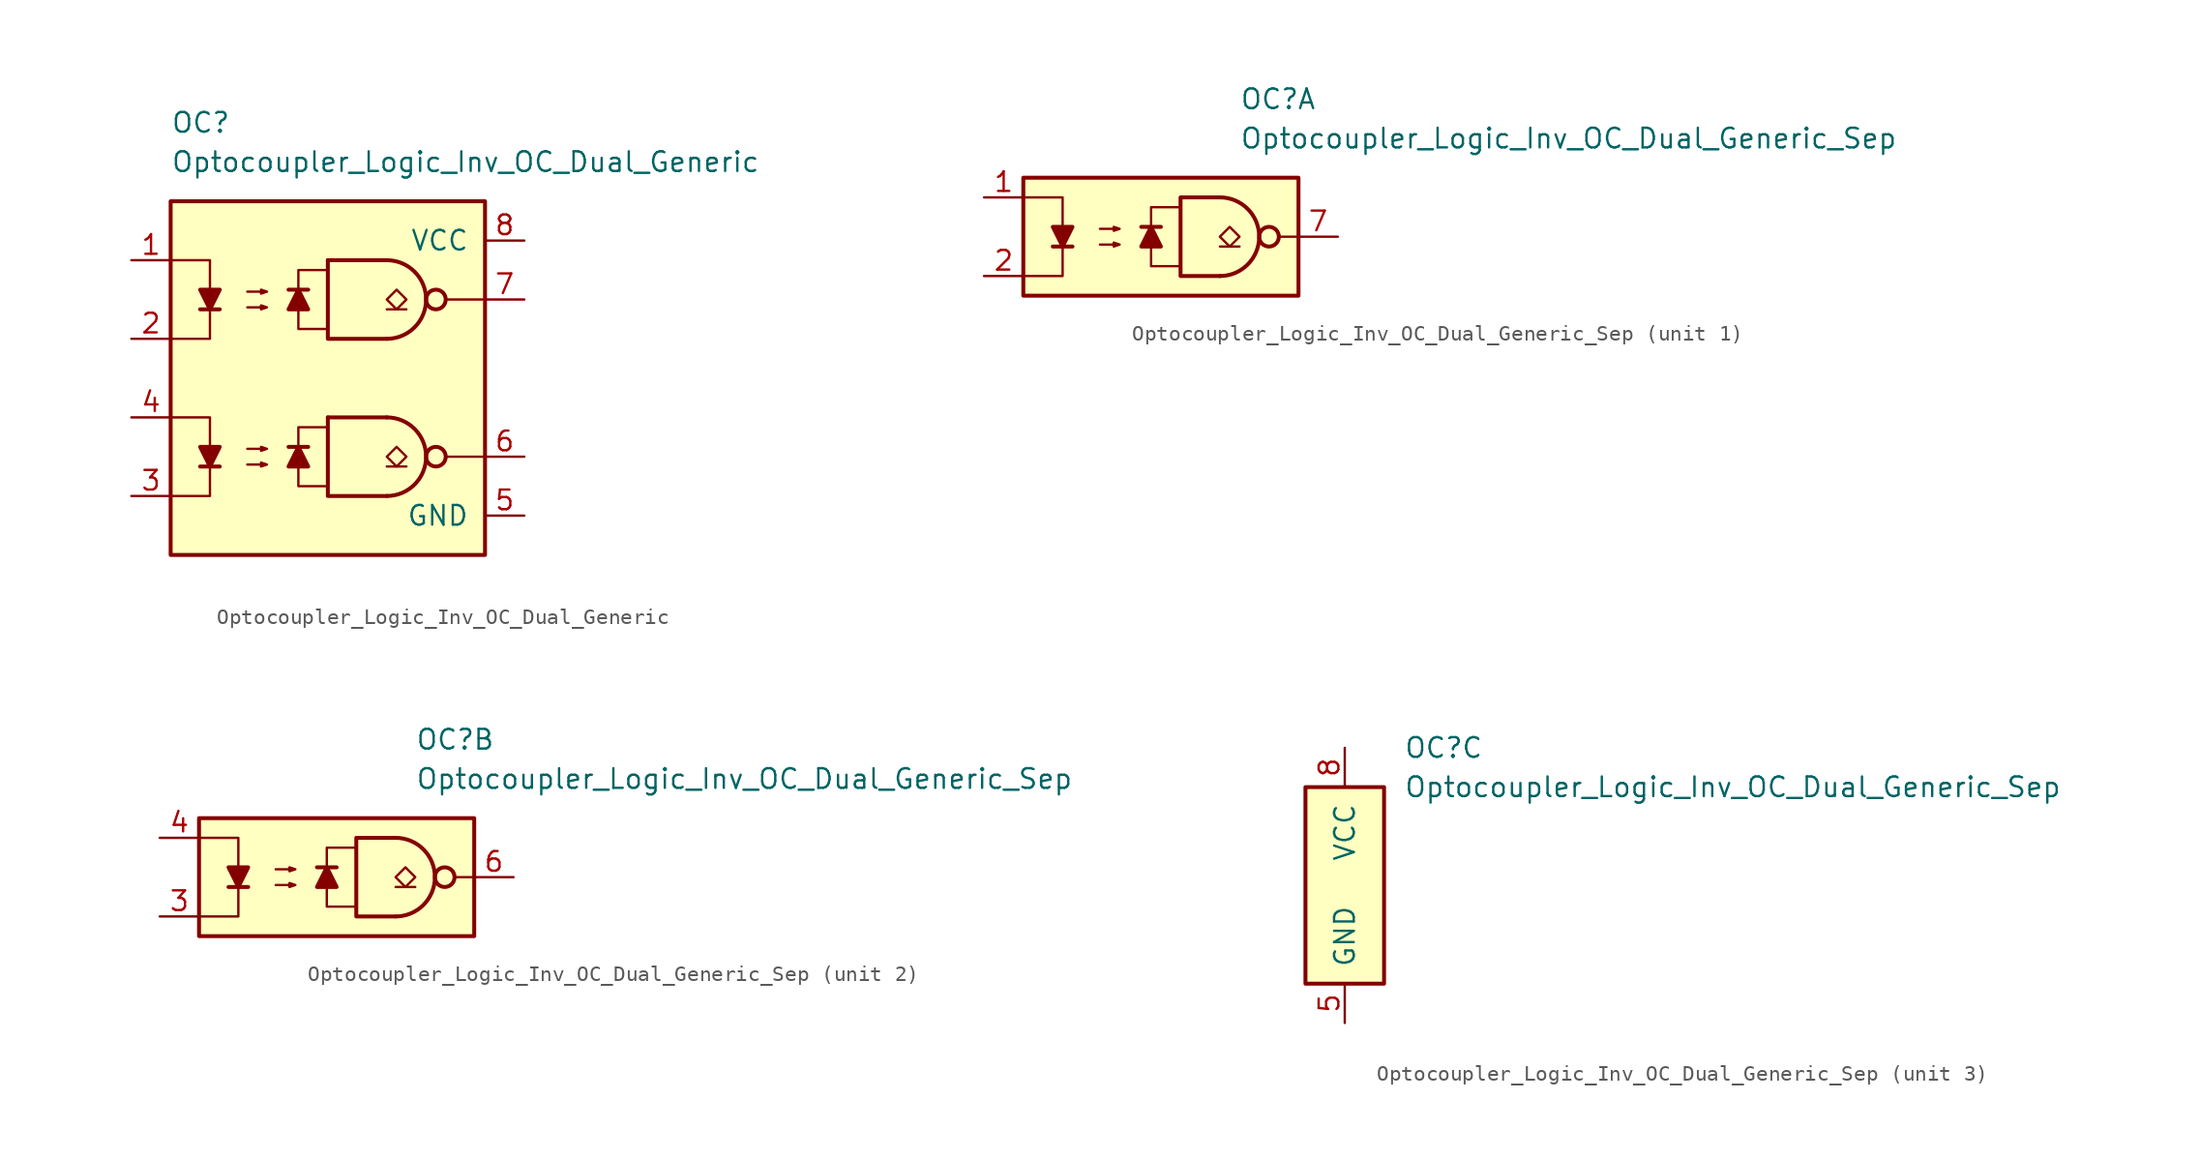
<source format=kicad_sym>
(kicad_symbol_lib
  (version 20211014)
  (generator kicad_symbol_editor)
  (symbol "Optocoupler_Logic_Inv_OC_Dual_Generic"
    (pin_names
      (offset 1.016))
    (property "Reference" "OC"
      (at -10.16 16.51 0)
      (effects (font (size 1.27 1.27)) (justify left)))
    (property "Value" "Optocoupler_Logic_Inv_OC_Dual_Generic"
      (at -10.16 13.97 0)
      (effects (font (size 1.27 1.27)) (justify left)))
    (symbol "Optocoupler_Logic_Inv_OC_Dual_Generic_0_0"
      (rectangle (start -10.16 11.43) (end 10.16 -11.43) (stroke (width 0.254) (type default) (color 0 0 0 0)) (fill (type background)))
      (polyline (pts (xy 10.16 -5.08) (xy 7.62 -5.08)) (stroke (width 0) (type default) (color 0 0 0 0)) (fill (type none))))
    (symbol "Optocoupler_Logic_Inv_OC_Dual_Generic_0_1"
      (polyline (pts (xy -8.255 -5.715) (xy -6.985 -5.715)) (stroke (width 0.254) (type default) (color 0 0 0 0)) (fill (type none)))
      (polyline (pts (xy 0 -2.54) (xy 3.81 -2.54)) (stroke (width 0.254) (type default) (color 0 0 0 0)) (fill (type none)))
      (polyline (pts (xy 5.08 -5.715) (xy 3.81 -5.715)) (stroke (width 0.152) (type default) (color 0 0 0 0)) (fill (type none)))
      (polyline (pts (xy 5.08 4.445) (xy 3.81 4.445)) (stroke (width 0.152) (type default) (color 0 0 0 0)) (fill (type none)))
      (polyline (pts (xy -10.16 -2.54) (xy -7.62 -2.54) (xy -7.62 -5.715)) (stroke (width 0) (type default) (color 0 0 0 0)) (fill (type none)))
      (polyline (pts (xy -7.62 -5.715) (xy -7.62 -7.62) (xy -10.16 -7.62)) (stroke (width 0) (type default) (color 0 0 0 0)) (fill (type none)))
      (polyline (pts (xy 0 -2.54) (xy 0 -7.62) (xy 3.81 -7.62)) (stroke (width 0.254) (type default) (color 0 0 0 0)) (fill (type none)))
      (polyline (pts (xy -7.62 -5.715) (xy -8.255 -4.445) (xy -6.985 -4.445) (xy -7.62 -5.715)) (stroke (width 0.254) (type default) (color 0 0 0 0)) (fill (type outline)))
      (polyline (pts (xy -5.207 -5.588) (xy -3.937 -5.588) (xy -4.318 -5.715) (xy -4.318 -5.461) (xy -3.937 -5.588)) (stroke (width 0) (type default) (color 0 0 0 0)) (fill (type none)))
      (polyline (pts (xy -5.207 -4.572) (xy -3.937 -4.572) (xy -4.318 -4.699) (xy -4.318 -4.445) (xy -3.937 -4.572)) (stroke (width 0) (type default) (color 0 0 0 0)) (fill (type none)))
      (polyline (pts (xy 4.445 -5.715) (xy 3.81 -5.08) (xy 4.445 -4.445) (xy 5.08 -5.08) (xy 4.445 -5.715)) (stroke (width 0.152) (type default) (color 0 0 0 0)) (fill (type none)))
      (polyline (pts (xy 4.445 4.445) (xy 3.81 5.08) (xy 4.445 5.715) (xy 5.08 5.08) (xy 4.445 4.445)) (stroke (width 0.152) (type default) (color 0 0 0 0)) (fill (type none)))
      (arc (start 3.81 -7.62) (mid 6.35 -5.08) (end 3.81 -2.54) (stroke (width 0.254) (type default) (color 0 0 0 0)) (fill (type none)))
      (circle (center 6.985 -5.08) (radius 0.635) (stroke (width 0.254) (type default) (color 0 0 0 0)) (fill (type none))))
    (symbol "Optocoupler_Logic_Inv_OC_Dual_Generic_1_1"
      (polyline (pts (xy -8.255 4.445) (xy -6.985 4.445)) (stroke (width 0.254) (type default) (color 0 0 0 0)) (fill (type none)))
      (polyline (pts (xy -1.27 -4.445) (xy -2.54 -4.445)) (stroke (width 0.254) (type default) (color 0 0 0 0)) (fill (type none)))
      (polyline (pts (xy -1.27 5.715) (xy -2.54 5.715)) (stroke (width 0.254) (type default) (color 0 0 0 0)) (fill (type none)))
      (polyline (pts (xy 0 7.62) (xy 3.81 7.62)) (stroke (width 0.254) (type default) (color 0 0 0 0)) (fill (type none)))
      (polyline (pts (xy 10.16 5.08) (xy 7.62 5.08)) (stroke (width 0) (type default) (color 0 0 0 0)) (fill (type none)))
      (polyline (pts (xy -10.16 7.62) (xy -7.62 7.62) (xy -7.62 4.445)) (stroke (width 0) (type default) (color 0 0 0 0)) (fill (type none)))
      (polyline (pts (xy -7.62 4.445) (xy -7.62 2.54) (xy -10.16 2.54)) (stroke (width 0) (type default) (color 0 0 0 0)) (fill (type none)))
      (polyline (pts (xy 0 7.62) (xy 0 2.54) (xy 3.81 2.54)) (stroke (width 0.254) (type default) (color 0 0 0 0)) (fill (type none)))
      (polyline (pts (xy -7.62 4.445) (xy -8.255 5.715) (xy -6.985 5.715) (xy -7.62 4.445)) (stroke (width 0.254) (type default) (color 0 0 0 0)) (fill (type outline)))
      (polyline (pts (xy -1.905 -4.445) (xy -1.27 -5.715) (xy -2.54 -5.715) (xy -1.905 -4.445)) (stroke (width 0.254) (type default) (color 0 0 0 0)) (fill (type outline)))
      (polyline (pts (xy -1.905 5.715) (xy -1.27 4.445) (xy -2.54 4.445) (xy -1.905 5.715)) (stroke (width 0.254) (type default) (color 0 0 0 0)) (fill (type outline)))
      (polyline (pts (xy 0 -6.985) (xy -1.905 -6.985) (xy -1.905 -3.175) (xy 0 -3.175)) (stroke (width 0.152) (type default) (color 0 0 0 0)) (fill (type none)))
      (polyline (pts (xy 0 3.175) (xy -1.905 3.175) (xy -1.905 6.985) (xy 0 6.985)) (stroke (width 0.152) (type default) (color 0 0 0 0)) (fill (type none)))
      (polyline (pts (xy -5.207 4.572) (xy -3.937 4.572) (xy -4.318 4.445) (xy -4.318 4.699) (xy -3.937 4.572)) (stroke (width 0) (type default) (color 0 0 0 0)) (fill (type none)))
      (polyline (pts (xy -5.207 5.588) (xy -3.937 5.588) (xy -4.318 5.461) (xy -4.318 5.715) (xy -3.937 5.588)) (stroke (width 0) (type default) (color 0 0 0 0)) (fill (type none)))
      (arc (start 3.81 2.54) (mid 6.35 5.08) (end 3.81 7.62) (stroke (width 0.254) (type default) (color 0 0 0 0)) (fill (type none)))
      (circle (center 6.985 5.08) (radius 0.635) (stroke (width 0.254) (type default) (color 0 0 0 0)) (fill (type none)))
      (pin passive line (at -12.7 7.62 0) (length 2.54) (name "~" (effects (font (size 1.27 1.27)))) (number "1" (effects (font (size 1.27 1.27)))))
      (pin passive line (at -12.7 2.54 0) (length 2.54) (name "~" (effects (font (size 1.27 1.27)))) (number "2" (effects (font (size 1.27 1.27)))))
      (pin passive line (at -12.7 -7.62 0) (length 2.54) (name "~" (effects (font (size 1.27 1.27)))) (number "3" (effects (font (size 1.27 1.27)))))
      (pin passive line (at -12.7 -2.54 0) (length 2.54) (name "~" (effects (font (size 1.27 1.27)))) (number "4" (effects (font (size 1.27 1.27)))))
      (pin power_in line (at 12.7 -8.89 180) (length 2.54) (name "GND" (effects (font (size 1.27 1.27)))) (number "5" (effects (font (size 1.27 1.27)))))
      (pin open_collector line (at 12.7 -5.08 180) (length 2.54) (name "~" (effects (font (size 1.27 1.27)))) (number "6" (effects (font (size 1.27 1.27)))))
      (pin open_collector line (at 12.7 5.08 180) (length 2.54) (name "~" (effects (font (size 1.27 1.27)))) (number "7" (effects (font (size 1.27 1.27)))))
      (pin power_in line (at 12.7 8.89 180) (length 2.54) (name "VCC" (effects (font (size 1.27 1.27)))) (number "8" (effects (font (size 1.27 1.27)))))))
  (symbol "Optocoupler_Logic_Inv_OC_Dual_Generic_Sep"
    (pin_names
      (offset 1.016))
    (property "Reference" "OC"
      (at 3.81 8.89 0)
      (effects (font (size 1.27 1.27)) (justify left)))
    (property "Value" "Optocoupler_Logic_Inv_OC_Dual_Generic_Sep"
      (at 3.81 6.35 0)
      (effects (font (size 1.27 1.27)) (justify left)))
    (property "ki_locked" ""
      (at 0 0 0)
      (effects (font (size 1.27 1.27))))
    (symbol "Optocoupler_Logic_Inv_OC_Dual_Generic_Sep_1_0"
      (rectangle (start -10.16 3.81) (end 7.62 -3.81) (stroke (width 0.254) (type default) (color 0 0 0 0)) (fill (type background)))
      (polyline (pts (xy 7.62 0) (xy 6.35 0)) (stroke (width 0) (type default) (color 0 0 0 0)) (fill (type none)))
      (polyline (pts (xy 2.54 -2.54) (xy 0 -2.54) (xy 0 2.54) (xy 2.54 2.54)) (stroke (width 0.254) (type default) (color 0 0 0 0)) (fill (type none))))
    (symbol "Optocoupler_Logic_Inv_OC_Dual_Generic_Sep_1_1"
      (polyline (pts (xy -8.255 -0.635) (xy -6.985 -0.635)) (stroke (width 0.254) (type default) (color 0 0 0 0)) (fill (type none)))
      (polyline (pts (xy -1.27 0.635) (xy -2.54 0.635)) (stroke (width 0.254) (type default) (color 0 0 0 0)) (fill (type none)))
      (polyline (pts (xy 3.81 -0.635) (xy 2.54 -0.635)) (stroke (width 0.152) (type default) (color 0 0 0 0)) (fill (type none)))
      (polyline (pts (xy -10.16 2.54) (xy -7.62 2.54) (xy -7.62 -0.635)) (stroke (width 0) (type default) (color 0 0 0 0)) (fill (type none)))
      (polyline (pts (xy -7.62 -0.635) (xy -7.62 -2.54) (xy -10.16 -2.54)) (stroke (width 0) (type default) (color 0 0 0 0)) (fill (type none)))
      (polyline (pts (xy -7.62 -0.635) (xy -8.255 0.635) (xy -6.985 0.635) (xy -7.62 -0.635)) (stroke (width 0.254) (type default) (color 0 0 0 0)) (fill (type outline)))
      (polyline (pts (xy -1.905 0.635) (xy -1.27 -0.635) (xy -2.54 -0.635) (xy -1.905 0.635)) (stroke (width 0.254) (type default) (color 0 0 0 0)) (fill (type outline)))
      (polyline (pts (xy 0 -1.905) (xy -1.905 -1.905) (xy -1.905 1.905) (xy 0 1.905)) (stroke (width 0.152) (type default) (color 0 0 0 0)) (fill (type none)))
      (polyline (pts (xy -5.207 -0.508) (xy -3.937 -0.508) (xy -4.318 -0.635) (xy -4.318 -0.381) (xy -3.937 -0.508)) (stroke (width 0) (type default) (color 0 0 0 0)) (fill (type none)))
      (polyline (pts (xy -5.207 0.508) (xy -3.937 0.508) (xy -4.318 0.381) (xy -4.318 0.635) (xy -3.937 0.508)) (stroke (width 0) (type default) (color 0 0 0 0)) (fill (type none)))
      (polyline (pts (xy 3.175 -0.635) (xy 2.54 0) (xy 3.175 0.635) (xy 3.81 0) (xy 3.175 -0.635)) (stroke (width 0.152) (type default) (color 0 0 0 0)) (fill (type none)))
      (arc (start 2.54 -2.54) (mid 5.08 0) (end 2.54 2.54) (stroke (width 0.254) (type default) (color 0 0 0 0)) (fill (type none)))
      (circle (center 5.715 0) (radius 0.635) (stroke (width 0.254) (type default) (color 0 0 0 0)) (fill (type none)))
      (pin passive line (at -12.7 2.54 0) (length 2.54) (name "~" (effects (font (size 1.27 1.27)))) (number "1" (effects (font (size 1.27 1.27)))))
      (pin passive line (at -12.7 -2.54 0) (length 2.54) (name "~" (effects (font (size 1.27 1.27)))) (number "2" (effects (font (size 1.27 1.27)))))
      (pin open_collector line (at 10.16 0 180) (length 2.54) (name "~" (effects (font (size 1.27 1.27)))) (number "7" (effects (font (size 1.27 1.27))))))
    (symbol "Optocoupler_Logic_Inv_OC_Dual_Generic_Sep_2_0"
      (rectangle (start -10.16 3.81) (end 7.62 -3.81) (stroke (width 0.254) (type default) (color 0 0 0 0)) (fill (type background)))
      (polyline (pts (xy 7.62 0) (xy 6.35 0)) (stroke (width 0) (type default) (color 0 0 0 0)) (fill (type none)))
      (polyline (pts (xy 2.54 -2.54) (xy 0 -2.54) (xy 0 2.54) (xy 2.54 2.54)) (stroke (width 0.254) (type default) (color 0 0 0 0)) (fill (type none))))
    (symbol "Optocoupler_Logic_Inv_OC_Dual_Generic_Sep_2_1"
      (polyline (pts (xy -8.255 -0.635) (xy -6.985 -0.635)) (stroke (width 0.254) (type default) (color 0 0 0 0)) (fill (type none)))
      (polyline (pts (xy -1.27 0.635) (xy -2.54 0.635)) (stroke (width 0.254) (type default) (color 0 0 0 0)) (fill (type none)))
      (polyline (pts (xy 3.81 -0.635) (xy 2.54 -0.635)) (stroke (width 0.152) (type default) (color 0 0 0 0)) (fill (type none)))
      (polyline (pts (xy -10.16 2.54) (xy -7.62 2.54) (xy -7.62 -0.635)) (stroke (width 0) (type default) (color 0 0 0 0)) (fill (type none)))
      (polyline (pts (xy -7.62 -0.635) (xy -7.62 -2.54) (xy -10.16 -2.54)) (stroke (width 0) (type default) (color 0 0 0 0)) (fill (type none)))
      (polyline (pts (xy -7.62 -0.635) (xy -8.255 0.635) (xy -6.985 0.635) (xy -7.62 -0.635)) (stroke (width 0.254) (type default) (color 0 0 0 0)) (fill (type outline)))
      (polyline (pts (xy -1.905 0.635) (xy -1.27 -0.635) (xy -2.54 -0.635) (xy -1.905 0.635)) (stroke (width 0.254) (type default) (color 0 0 0 0)) (fill (type outline)))
      (polyline (pts (xy 0 -1.905) (xy -1.905 -1.905) (xy -1.905 1.905) (xy 0 1.905)) (stroke (width 0.152) (type default) (color 0 0 0 0)) (fill (type none)))
      (polyline (pts (xy -5.207 -0.508) (xy -3.937 -0.508) (xy -4.318 -0.635) (xy -4.318 -0.381) (xy -3.937 -0.508)) (stroke (width 0) (type default) (color 0 0 0 0)) (fill (type none)))
      (polyline (pts (xy -5.207 0.508) (xy -3.937 0.508) (xy -4.318 0.381) (xy -4.318 0.635) (xy -3.937 0.508)) (stroke (width 0) (type default) (color 0 0 0 0)) (fill (type none)))
      (polyline (pts (xy 3.175 -0.635) (xy 2.54 0) (xy 3.175 0.635) (xy 3.81 0) (xy 3.175 -0.635)) (stroke (width 0.152) (type default) (color 0 0 0 0)) (fill (type none)))
      (arc (start 2.54 -2.54) (mid 5.08 0) (end 2.54 2.54) (stroke (width 0.254) (type default) (color 0 0 0 0)) (fill (type none)))
      (circle (center 5.715 0) (radius 0.635) (stroke (width 0.254) (type default) (color 0 0 0 0)) (fill (type none)))
      (pin passive line (at -12.7 -2.54 0) (length 2.54) (name "~" (effects (font (size 1.27 1.27)))) (number "3" (effects (font (size 1.27 1.27)))))
      (pin passive line (at -12.7 2.54 0) (length 2.54) (name "~" (effects (font (size 1.27 1.27)))) (number "4" (effects (font (size 1.27 1.27)))))
      (pin open_collector line (at 10.16 0 180) (length 2.54) (name "~" (effects (font (size 1.27 1.27)))) (number "6" (effects (font (size 1.27 1.27))))))
    (symbol "Optocoupler_Logic_Inv_OC_Dual_Generic_Sep_3_0"
      (rectangle (start -2.54 6.35) (end 2.54 -6.35) (stroke (width 0.254) (type default) (color 0 0 0 0)) (fill (type background))))
    (symbol "Optocoupler_Logic_Inv_OC_Dual_Generic_Sep_3_1"
      (pin power_in line (at 0 -8.89 90) (length 2.54) (name "GND" (effects (font (size 1.27 1.27)))) (number "5" (effects (font (size 1.27 1.27)))))
      (pin power_in line (at 0 8.89 270) (length 2.54) (name "VCC" (effects (font (size 1.27 1.27)))) (number "8" (effects (font (size 1.27 1.27))))))))
</source>
